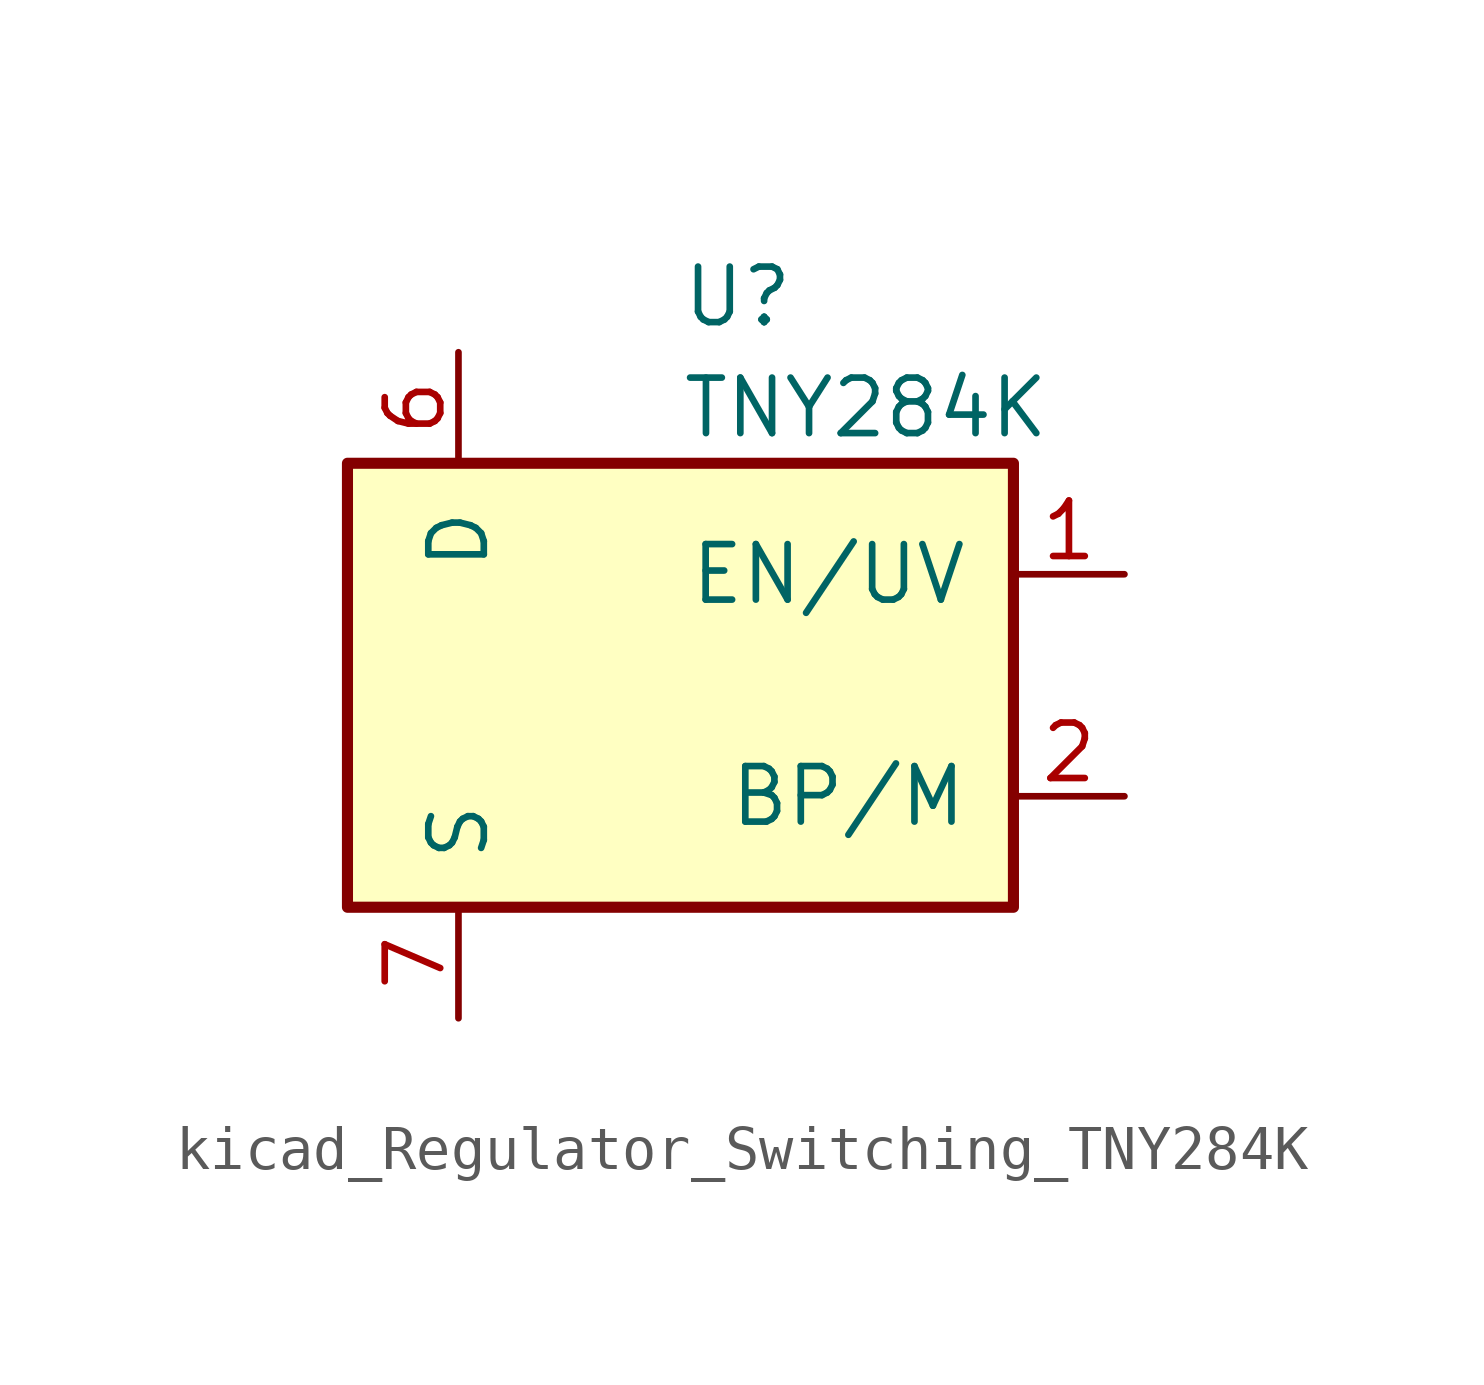
<source format=kicad_sym>
(kicad_symbol_lib
  (version 20220914)
  (generator kicad_symbol_editor)
  (symbol "kicad_Regulator_Switching_TNY284K"
    (pin_names
      (offset 1.016))
    (property "Reference" "U"
      (at 0 8.89 0)
      (effects (font (size 1.27 1.27)) (justify left)))
    (property "Value" "TNY284K"
      (at 0 6.35 0)
      (effects (font (size 1.27 1.27)) (justify left)))
    (symbol "kicad_Regulator_Switching_TNY284K_0_1"
      (rectangle (start -7.62 5.08) (end 7.62 -5.08) (stroke (width 0.254) (type default)) (fill (type background))))
    (symbol "kicad_Regulator_Switching_TNY284K_1_1"
      (pin input line (at 10.16 2.54 180) (length 2.54) (name "EN/UV" (effects (font (size 1.27 1.27)))) (number "1" (effects (font (size 1.27 1.27)))))
      (pin passive line (at -5.08 -7.62 90) (length 2.54) hide (name "S" (effects (font (size 1.27 1.27)))) (number "10" (effects (font (size 1.27 1.27)))))
      (pin passive line (at -5.08 -7.62 90) (length 2.54) hide (name "S" (effects (font (size 1.27 1.27)))) (number "11" (effects (font (size 1.27 1.27)))))
      (pin passive line (at -5.08 -7.62 90) (length 2.54) hide (name "S" (effects (font (size 1.27 1.27)))) (number "12" (effects (font (size 1.27 1.27)))))
      (pin passive line (at -5.08 -7.62 90) (length 2.54) hide (name "S" (effects (font (size 1.27 1.27)))) (number "13" (effects (font (size 1.27 1.27)))))
      (pin input line (at 10.16 -2.54 180) (length 2.54) (name "BP/M" (effects (font (size 1.27 1.27)))) (number "2" (effects (font (size 1.27 1.27)))))
      (pin no_connect line (at -2.54 5.08 270) (length 2.54) hide (name "NC" (effects (font (size 1.27 1.27)))) (number "3" (effects (font (size 1.27 1.27)))))
      (pin no_connect line (at 0 5.08 270) (length 2.54) hide (name "NC" (effects (font (size 1.27 1.27)))) (number "4" (effects (font (size 1.27 1.27)))))
      (pin open_collector line (at -5.08 7.62 270) (length 2.54) (name "D" (effects (font (size 1.27 1.27)))) (number "6" (effects (font (size 1.27 1.27)))))
      (pin power_in line (at -5.08 -7.62 90) (length 2.54) (name "S" (effects (font (size 1.27 1.27)))) (number "7" (effects (font (size 1.27 1.27)))))
      (pin passive line (at -5.08 -7.62 90) (length 2.54) hide (name "S" (effects (font (size 1.27 1.27)))) (number "8" (effects (font (size 1.27 1.27)))))
      (pin passive line (at -5.08 -7.62 90) (length 2.54) hide (name "S" (effects (font (size 1.27 1.27)))) (number "9" (effects (font (size 1.27 1.27))))))))
</source>
